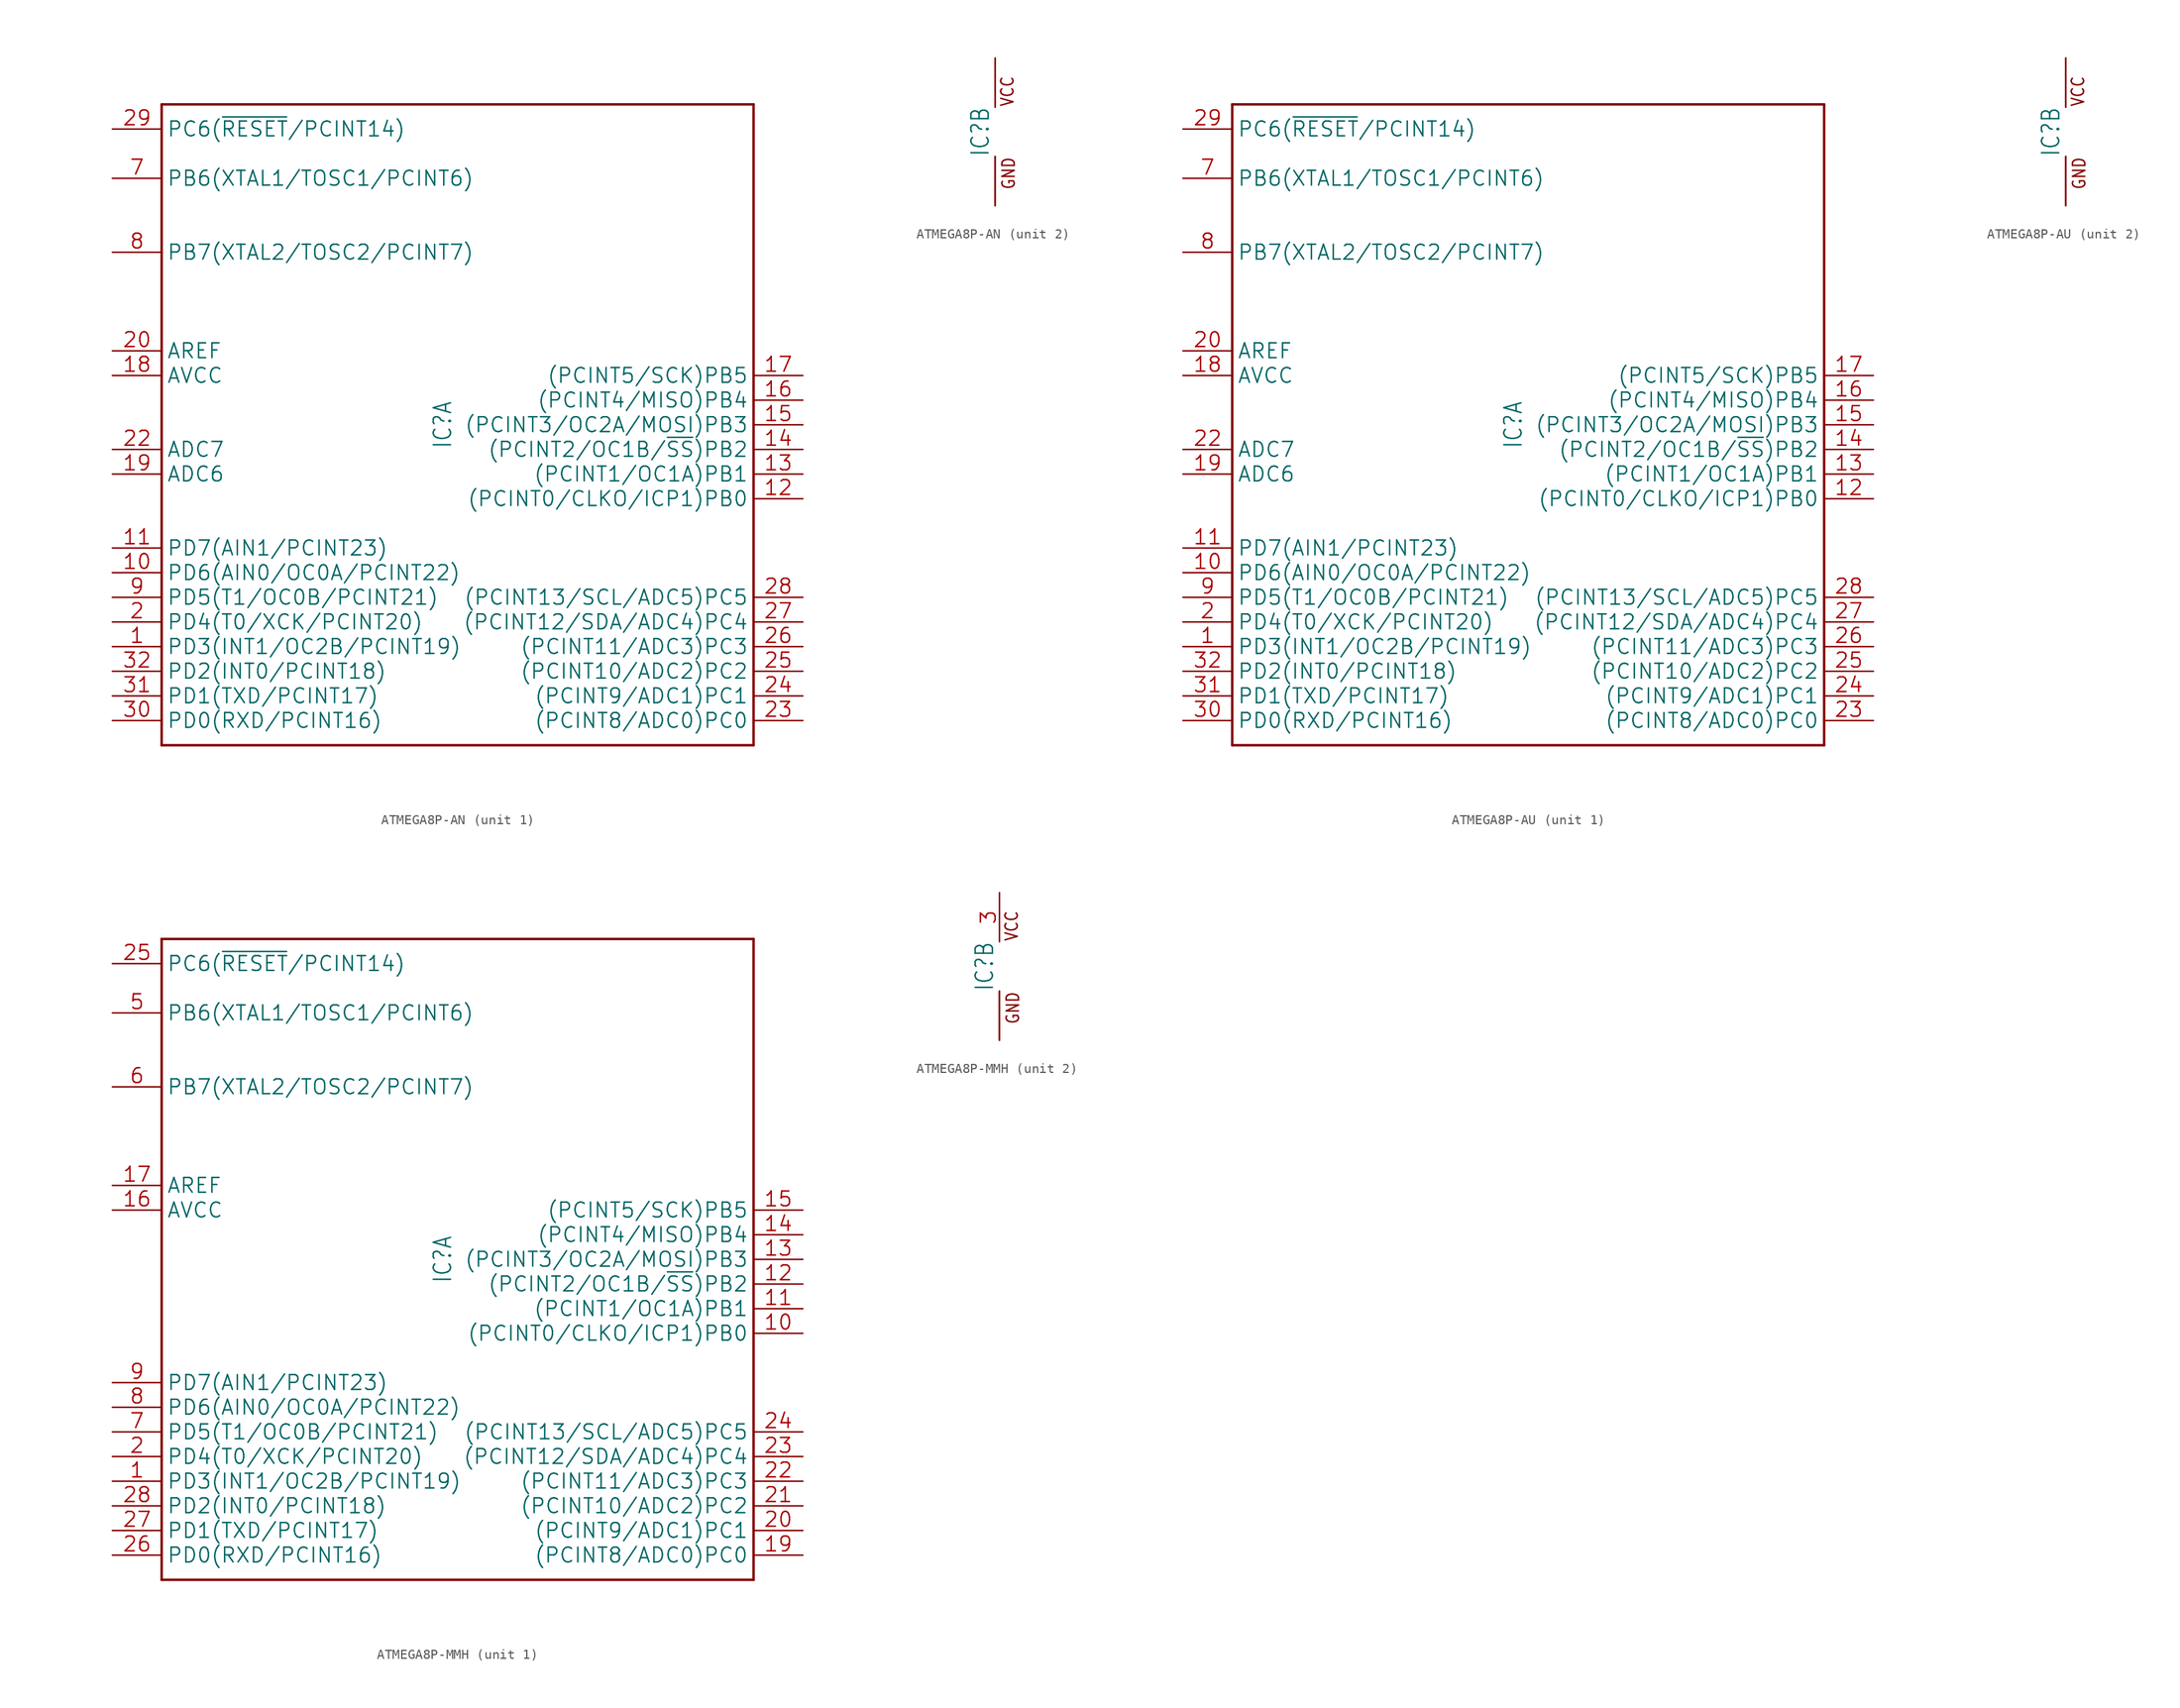
<source format=kicad_sym>
(kicad_symbol_lib
  (version 20241209)
  (generator "kicad_symbol_editor")
  (generator_version "9.0")
  (symbol "ATMEGA8P-AN"
    (property "Reference" "IC"
      (at -0.508 0 90)
      (effects (font (size 1.778 1.511)) (justify bottom)))
    (property "ki_locked" ""
      (at 0 0 0)
      (effects (font (size 1.27 1.27))))
    (symbol "ATMEGA8P-AN_1_0"
      (polyline (pts (xy -30.48 33.02) (xy 30.48 33.02)) (stroke (width 0.254) (type solid)) (fill (type none)))
      (polyline (pts (xy -30.48 -33.02) (xy -30.48 33.02)) (stroke (width 0.254) (type solid)) (fill (type none)))
      (polyline (pts (xy 30.48 33.02) (xy 30.48 -33.02)) (stroke (width 0.254) (type solid)) (fill (type none)))
      (polyline (pts (xy 30.48 -33.02) (xy -30.48 -33.02)) (stroke (width 0.254) (type solid)) (fill (type none)))
      (pin bidirectional line (at -35.56 30.48 0) (length 5.08) (name "PC6(~{RESET}/PCINT14)" (effects (font (size 1.524 1.524)))) (number "29" (effects (font (size 1.524 1.524)))))
      (pin bidirectional line (at -35.56 25.4 0) (length 5.08) (name "PB6(XTAL1/TOSC1/PCINT6)" (effects (font (size 1.524 1.524)))) (number "7" (effects (font (size 1.524 1.524)))))
      (pin bidirectional line (at -35.56 17.78 0) (length 5.08) (name "PB7(XTAL2/TOSC2/PCINT7)" (effects (font (size 1.524 1.524)))) (number "8" (effects (font (size 1.524 1.524)))))
      (pin passive line (at -35.56 7.62 0) (length 5.08) (name "AREF" (effects (font (size 1.524 1.524)))) (number "20" (effects (font (size 1.524 1.524)))))
      (pin power_in line (at -35.56 5.08 0) (length 5.08) (name "AVCC" (effects (font (size 1.524 1.524)))) (number "18" (effects (font (size 1.524 1.524)))))
      (pin bidirectional line (at -35.56 -2.54 0) (length 5.08) (name "ADC7" (effects (font (size 1.524 1.524)))) (number "22" (effects (font (size 1.524 1.524)))))
      (pin bidirectional line (at -35.56 -5.08 0) (length 5.08) (name "ADC6" (effects (font (size 1.524 1.524)))) (number "19" (effects (font (size 1.524 1.524)))))
      (pin bidirectional line (at -35.56 -12.7 0) (length 5.08) (name "PD7(AIN1/PCINT23)" (effects (font (size 1.524 1.524)))) (number "11" (effects (font (size 1.524 1.524)))))
      (pin bidirectional line (at -35.56 -15.24 0) (length 5.08) (name "PD6(AIN0/OC0A/PCINT22)" (effects (font (size 1.524 1.524)))) (number "10" (effects (font (size 1.524 1.524)))))
      (pin bidirectional line (at -35.56 -17.78 0) (length 5.08) (name "PD5(T1/OC0B/PCINT21)" (effects (font (size 1.524 1.524)))) (number "9" (effects (font (size 1.524 1.524)))))
      (pin bidirectional line (at -35.56 -20.32 0) (length 5.08) (name "PD4(T0/XCK/PCINT20)" (effects (font (size 1.524 1.524)))) (number "2" (effects (font (size 1.524 1.524)))))
      (pin bidirectional line (at -35.56 -22.86 0) (length 5.08) (name "PD3(INT1/OC2B/PCINT19)" (effects (font (size 1.524 1.524)))) (number "1" (effects (font (size 1.524 1.524)))))
      (pin bidirectional line (at -35.56 -25.4 0) (length 5.08) (name "PD2(INT0/PCINT18)" (effects (font (size 1.524 1.524)))) (number "32" (effects (font (size 1.524 1.524)))))
      (pin bidirectional line (at -35.56 -27.94 0) (length 5.08) (name "PD1(TXD/PCINT17)" (effects (font (size 1.524 1.524)))) (number "31" (effects (font (size 1.524 1.524)))))
      (pin bidirectional line (at -35.56 -30.48 0) (length 5.08) (name "PD0(RXD/PCINT16)" (effects (font (size 1.524 1.524)))) (number "30" (effects (font (size 1.524 1.524)))))
      (pin bidirectional line (at 35.56 5.08 180) (length 5.08) (name "(PCINT5/SCK)PB5" (effects (font (size 1.524 1.524)))) (number "17" (effects (font (size 1.524 1.524)))))
      (pin bidirectional line (at 35.56 2.54 180) (length 5.08) (name "(PCINT4/MISO)PB4" (effects (font (size 1.524 1.524)))) (number "16" (effects (font (size 1.524 1.524)))))
      (pin bidirectional line (at 35.56 0 180) (length 5.08) (name "(PCINT3/OC2A/MOSI)PB3" (effects (font (size 1.524 1.524)))) (number "15" (effects (font (size 1.524 1.524)))))
      (pin bidirectional line (at 35.56 -2.54 180) (length 5.08) (name "(PCINT2/OC1B/~{SS})PB2" (effects (font (size 1.524 1.524)))) (number "14" (effects (font (size 1.524 1.524)))))
      (pin bidirectional line (at 35.56 -5.08 180) (length 5.08) (name "(PCINT1/OC1A)PB1" (effects (font (size 1.524 1.524)))) (number "13" (effects (font (size 1.524 1.524)))))
      (pin bidirectional line (at 35.56 -7.62 180) (length 5.08) (name "(PCINT0/CLKO/ICP1)PB0" (effects (font (size 1.524 1.524)))) (number "12" (effects (font (size 1.524 1.524)))))
      (pin bidirectional line (at 35.56 -17.78 180) (length 5.08) (name "(PCINT13/SCL/ADC5)PC5" (effects (font (size 1.524 1.524)))) (number "28" (effects (font (size 1.524 1.524)))))
      (pin bidirectional line (at 35.56 -20.32 180) (length 5.08) (name "(PCINT12/SDA/ADC4)PC4" (effects (font (size 1.524 1.524)))) (number "27" (effects (font (size 1.524 1.524)))))
      (pin bidirectional line (at 35.56 -22.86 180) (length 5.08) (name "(PCINT11/ADC3)PC3" (effects (font (size 1.524 1.524)))) (number "26" (effects (font (size 1.524 1.524)))))
      (pin bidirectional line (at 35.56 -25.4 180) (length 5.08) (name "(PCINT10/ADC2)PC2" (effects (font (size 1.524 1.524)))) (number "25" (effects (font (size 1.524 1.524)))))
      (pin bidirectional line (at 35.56 -27.94 180) (length 5.08) (name "(PCINT9/ADC1)PC1" (effects (font (size 1.524 1.524)))) (number "24" (effects (font (size 1.524 1.524)))))
      (pin bidirectional line (at 35.56 -30.48 180) (length 5.08) (name "(PCINT8/ADC0)PC0" (effects (font (size 1.524 1.524)))) (number "23" (effects (font (size 1.524 1.524))))))
    (symbol "ATMEGA8P-AN_2_0"
      (text "VCC" (at 0.508 2.54 900) (effects (font (size 1.27 1.079)) (justify left top)))
      (text "GND" (at 0.635 -2.54 900) (effects (font (size 1.27 1.079)) (justify right top)))
      (pin power_in line (at 0 7.62 270) (length 5.08) (name "VCC" (effects (font (size 0 0)))) (number "4" (effects (font (size 0 0)))))
      (pin power_in line (at 0 7.62 270) (length 5.08) (name "VCC" (effects (font (size 0 0)))) (number "6" (effects (font (size 0 0)))))
      (pin power_in line (at 0 -7.62 90) (length 5.08) (name "GND" (effects (font (size 0 0)))) (number "21" (effects (font (size 0 0)))))
      (pin power_in line (at 0 -7.62 90) (length 5.08) (name "GND" (effects (font (size 0 0)))) (number "3" (effects (font (size 0 0)))))
      (pin power_in line (at 0 -7.62 90) (length 5.08) (name "GND" (effects (font (size 0 0)))) (number "5" (effects (font (size 0 0)))))))
  (symbol "ATMEGA8P-AU"
    (property "Reference" "IC"
      (at -0.508 0 90)
      (effects (font (size 1.778 1.511)) (justify bottom)))
    (property "ki_locked" ""
      (at 0 0 0)
      (effects (font (size 1.27 1.27))))
    (symbol "ATMEGA8P-AU_1_0"
      (polyline (pts (xy -30.48 33.02) (xy 30.48 33.02)) (stroke (width 0.254) (type solid)) (fill (type none)))
      (polyline (pts (xy -30.48 -33.02) (xy -30.48 33.02)) (stroke (width 0.254) (type solid)) (fill (type none)))
      (polyline (pts (xy 30.48 33.02) (xy 30.48 -33.02)) (stroke (width 0.254) (type solid)) (fill (type none)))
      (polyline (pts (xy 30.48 -33.02) (xy -30.48 -33.02)) (stroke (width 0.254) (type solid)) (fill (type none)))
      (pin bidirectional line (at -35.56 30.48 0) (length 5.08) (name "PC6(~{RESET}/PCINT14)" (effects (font (size 1.524 1.524)))) (number "29" (effects (font (size 1.524 1.524)))))
      (pin bidirectional line (at -35.56 25.4 0) (length 5.08) (name "PB6(XTAL1/TOSC1/PCINT6)" (effects (font (size 1.524 1.524)))) (number "7" (effects (font (size 1.524 1.524)))))
      (pin bidirectional line (at -35.56 17.78 0) (length 5.08) (name "PB7(XTAL2/TOSC2/PCINT7)" (effects (font (size 1.524 1.524)))) (number "8" (effects (font (size 1.524 1.524)))))
      (pin passive line (at -35.56 7.62 0) (length 5.08) (name "AREF" (effects (font (size 1.524 1.524)))) (number "20" (effects (font (size 1.524 1.524)))))
      (pin power_in line (at -35.56 5.08 0) (length 5.08) (name "AVCC" (effects (font (size 1.524 1.524)))) (number "18" (effects (font (size 1.524 1.524)))))
      (pin bidirectional line (at -35.56 -2.54 0) (length 5.08) (name "ADC7" (effects (font (size 1.524 1.524)))) (number "22" (effects (font (size 1.524 1.524)))))
      (pin bidirectional line (at -35.56 -5.08 0) (length 5.08) (name "ADC6" (effects (font (size 1.524 1.524)))) (number "19" (effects (font (size 1.524 1.524)))))
      (pin bidirectional line (at -35.56 -12.7 0) (length 5.08) (name "PD7(AIN1/PCINT23)" (effects (font (size 1.524 1.524)))) (number "11" (effects (font (size 1.524 1.524)))))
      (pin bidirectional line (at -35.56 -15.24 0) (length 5.08) (name "PD6(AIN0/OC0A/PCINT22)" (effects (font (size 1.524 1.524)))) (number "10" (effects (font (size 1.524 1.524)))))
      (pin bidirectional line (at -35.56 -17.78 0) (length 5.08) (name "PD5(T1/OC0B/PCINT21)" (effects (font (size 1.524 1.524)))) (number "9" (effects (font (size 1.524 1.524)))))
      (pin bidirectional line (at -35.56 -20.32 0) (length 5.08) (name "PD4(T0/XCK/PCINT20)" (effects (font (size 1.524 1.524)))) (number "2" (effects (font (size 1.524 1.524)))))
      (pin bidirectional line (at -35.56 -22.86 0) (length 5.08) (name "PD3(INT1/OC2B/PCINT19)" (effects (font (size 1.524 1.524)))) (number "1" (effects (font (size 1.524 1.524)))))
      (pin bidirectional line (at -35.56 -25.4 0) (length 5.08) (name "PD2(INT0/PCINT18)" (effects (font (size 1.524 1.524)))) (number "32" (effects (font (size 1.524 1.524)))))
      (pin bidirectional line (at -35.56 -27.94 0) (length 5.08) (name "PD1(TXD/PCINT17)" (effects (font (size 1.524 1.524)))) (number "31" (effects (font (size 1.524 1.524)))))
      (pin bidirectional line (at -35.56 -30.48 0) (length 5.08) (name "PD0(RXD/PCINT16)" (effects (font (size 1.524 1.524)))) (number "30" (effects (font (size 1.524 1.524)))))
      (pin bidirectional line (at 35.56 5.08 180) (length 5.08) (name "(PCINT5/SCK)PB5" (effects (font (size 1.524 1.524)))) (number "17" (effects (font (size 1.524 1.524)))))
      (pin bidirectional line (at 35.56 2.54 180) (length 5.08) (name "(PCINT4/MISO)PB4" (effects (font (size 1.524 1.524)))) (number "16" (effects (font (size 1.524 1.524)))))
      (pin bidirectional line (at 35.56 0 180) (length 5.08) (name "(PCINT3/OC2A/MOSI)PB3" (effects (font (size 1.524 1.524)))) (number "15" (effects (font (size 1.524 1.524)))))
      (pin bidirectional line (at 35.56 -2.54 180) (length 5.08) (name "(PCINT2/OC1B/~{SS})PB2" (effects (font (size 1.524 1.524)))) (number "14" (effects (font (size 1.524 1.524)))))
      (pin bidirectional line (at 35.56 -5.08 180) (length 5.08) (name "(PCINT1/OC1A)PB1" (effects (font (size 1.524 1.524)))) (number "13" (effects (font (size 1.524 1.524)))))
      (pin bidirectional line (at 35.56 -7.62 180) (length 5.08) (name "(PCINT0/CLKO/ICP1)PB0" (effects (font (size 1.524 1.524)))) (number "12" (effects (font (size 1.524 1.524)))))
      (pin bidirectional line (at 35.56 -17.78 180) (length 5.08) (name "(PCINT13/SCL/ADC5)PC5" (effects (font (size 1.524 1.524)))) (number "28" (effects (font (size 1.524 1.524)))))
      (pin bidirectional line (at 35.56 -20.32 180) (length 5.08) (name "(PCINT12/SDA/ADC4)PC4" (effects (font (size 1.524 1.524)))) (number "27" (effects (font (size 1.524 1.524)))))
      (pin bidirectional line (at 35.56 -22.86 180) (length 5.08) (name "(PCINT11/ADC3)PC3" (effects (font (size 1.524 1.524)))) (number "26" (effects (font (size 1.524 1.524)))))
      (pin bidirectional line (at 35.56 -25.4 180) (length 5.08) (name "(PCINT10/ADC2)PC2" (effects (font (size 1.524 1.524)))) (number "25" (effects (font (size 1.524 1.524)))))
      (pin bidirectional line (at 35.56 -27.94 180) (length 5.08) (name "(PCINT9/ADC1)PC1" (effects (font (size 1.524 1.524)))) (number "24" (effects (font (size 1.524 1.524)))))
      (pin bidirectional line (at 35.56 -30.48 180) (length 5.08) (name "(PCINT8/ADC0)PC0" (effects (font (size 1.524 1.524)))) (number "23" (effects (font (size 1.524 1.524))))))
    (symbol "ATMEGA8P-AU_2_0"
      (text "VCC" (at 0.508 2.54 900) (effects (font (size 1.27 1.079)) (justify left top)))
      (text "GND" (at 0.635 -2.54 900) (effects (font (size 1.27 1.079)) (justify right top)))
      (pin power_in line (at 0 7.62 270) (length 5.08) (name "VCC" (effects (font (size 0 0)))) (number "4" (effects (font (size 0 0)))))
      (pin power_in line (at 0 7.62 270) (length 5.08) (name "VCC" (effects (font (size 0 0)))) (number "6" (effects (font (size 0 0)))))
      (pin power_in line (at 0 -7.62 90) (length 5.08) (name "GND" (effects (font (size 0 0)))) (number "21" (effects (font (size 0 0)))))
      (pin power_in line (at 0 -7.62 90) (length 5.08) (name "GND" (effects (font (size 0 0)))) (number "3" (effects (font (size 0 0)))))
      (pin power_in line (at 0 -7.62 90) (length 5.08) (name "GND" (effects (font (size 0 0)))) (number "5" (effects (font (size 0 0)))))))
  (symbol "ATMEGA8P-MMH"
    (property "Reference" "IC"
      (at -0.508 0 90)
      (effects (font (size 1.778 1.511)) (justify bottom)))
    (property "ki_locked" ""
      (at 0 0 0)
      (effects (font (size 1.27 1.27))))
    (symbol "ATMEGA8P-MMH_1_0"
      (polyline (pts (xy -30.48 33.02) (xy 30.48 33.02)) (stroke (width 0.254) (type solid)) (fill (type none)))
      (polyline (pts (xy -30.48 -33.02) (xy -30.48 33.02)) (stroke (width 0.254) (type solid)) (fill (type none)))
      (polyline (pts (xy 30.48 33.02) (xy 30.48 -33.02)) (stroke (width 0.254) (type solid)) (fill (type none)))
      (polyline (pts (xy 30.48 -33.02) (xy -30.48 -33.02)) (stroke (width 0.254) (type solid)) (fill (type none)))
      (pin bidirectional line (at -35.56 30.48 0) (length 5.08) (name "PC6(~{RESET}/PCINT14)" (effects (font (size 1.524 1.524)))) (number "25" (effects (font (size 1.524 1.524)))))
      (pin bidirectional line (at -35.56 25.4 0) (length 5.08) (name "PB6(XTAL1/TOSC1/PCINT6)" (effects (font (size 1.524 1.524)))) (number "5" (effects (font (size 1.524 1.524)))))
      (pin bidirectional line (at -35.56 17.78 0) (length 5.08) (name "PB7(XTAL2/TOSC2/PCINT7)" (effects (font (size 1.524 1.524)))) (number "6" (effects (font (size 1.524 1.524)))))
      (pin passive line (at -35.56 7.62 0) (length 5.08) (name "AREF" (effects (font (size 1.524 1.524)))) (number "17" (effects (font (size 1.524 1.524)))))
      (pin power_in line (at -35.56 5.08 0) (length 5.08) (name "AVCC" (effects (font (size 1.524 1.524)))) (number "16" (effects (font (size 1.524 1.524)))))
      (pin bidirectional line (at -35.56 -12.7 0) (length 5.08) (name "PD7(AIN1/PCINT23)" (effects (font (size 1.524 1.524)))) (number "9" (effects (font (size 1.524 1.524)))))
      (pin bidirectional line (at -35.56 -15.24 0) (length 5.08) (name "PD6(AIN0/OC0A/PCINT22)" (effects (font (size 1.524 1.524)))) (number "8" (effects (font (size 1.524 1.524)))))
      (pin bidirectional line (at -35.56 -17.78 0) (length 5.08) (name "PD5(T1/OC0B/PCINT21)" (effects (font (size 1.524 1.524)))) (number "7" (effects (font (size 1.524 1.524)))))
      (pin bidirectional line (at -35.56 -20.32 0) (length 5.08) (name "PD4(T0/XCK/PCINT20)" (effects (font (size 1.524 1.524)))) (number "2" (effects (font (size 1.524 1.524)))))
      (pin bidirectional line (at -35.56 -22.86 0) (length 5.08) (name "PD3(INT1/OC2B/PCINT19)" (effects (font (size 1.524 1.524)))) (number "1" (effects (font (size 1.524 1.524)))))
      (pin bidirectional line (at -35.56 -25.4 0) (length 5.08) (name "PD2(INT0/PCINT18)" (effects (font (size 1.524 1.524)))) (number "28" (effects (font (size 1.524 1.524)))))
      (pin bidirectional line (at -35.56 -27.94 0) (length 5.08) (name "PD1(TXD/PCINT17)" (effects (font (size 1.524 1.524)))) (number "27" (effects (font (size 1.524 1.524)))))
      (pin bidirectional line (at -35.56 -30.48 0) (length 5.08) (name "PD0(RXD/PCINT16)" (effects (font (size 1.524 1.524)))) (number "26" (effects (font (size 1.524 1.524)))))
      (pin bidirectional line (at 35.56 5.08 180) (length 5.08) (name "(PCINT5/SCK)PB5" (effects (font (size 1.524 1.524)))) (number "15" (effects (font (size 1.524 1.524)))))
      (pin bidirectional line (at 35.56 2.54 180) (length 5.08) (name "(PCINT4/MISO)PB4" (effects (font (size 1.524 1.524)))) (number "14" (effects (font (size 1.524 1.524)))))
      (pin bidirectional line (at 35.56 0 180) (length 5.08) (name "(PCINT3/OC2A/MOSI)PB3" (effects (font (size 1.524 1.524)))) (number "13" (effects (font (size 1.524 1.524)))))
      (pin bidirectional line (at 35.56 -2.54 180) (length 5.08) (name "(PCINT2/OC1B/~{SS})PB2" (effects (font (size 1.524 1.524)))) (number "12" (effects (font (size 1.524 1.524)))))
      (pin bidirectional line (at 35.56 -5.08 180) (length 5.08) (name "(PCINT1/OC1A)PB1" (effects (font (size 1.524 1.524)))) (number "11" (effects (font (size 1.524 1.524)))))
      (pin bidirectional line (at 35.56 -7.62 180) (length 5.08) (name "(PCINT0/CLKO/ICP1)PB0" (effects (font (size 1.524 1.524)))) (number "10" (effects (font (size 1.524 1.524)))))
      (pin bidirectional line (at 35.56 -17.78 180) (length 5.08) (name "(PCINT13/SCL/ADC5)PC5" (effects (font (size 1.524 1.524)))) (number "24" (effects (font (size 1.524 1.524)))))
      (pin bidirectional line (at 35.56 -20.32 180) (length 5.08) (name "(PCINT12/SDA/ADC4)PC4" (effects (font (size 1.524 1.524)))) (number "23" (effects (font (size 1.524 1.524)))))
      (pin bidirectional line (at 35.56 -22.86 180) (length 5.08) (name "(PCINT11/ADC3)PC3" (effects (font (size 1.524 1.524)))) (number "22" (effects (font (size 1.524 1.524)))))
      (pin bidirectional line (at 35.56 -25.4 180) (length 5.08) (name "(PCINT10/ADC2)PC2" (effects (font (size 1.524 1.524)))) (number "21" (effects (font (size 1.524 1.524)))))
      (pin bidirectional line (at 35.56 -27.94 180) (length 5.08) (name "(PCINT9/ADC1)PC1" (effects (font (size 1.524 1.524)))) (number "20" (effects (font (size 1.524 1.524)))))
      (pin bidirectional line (at 35.56 -30.48 180) (length 5.08) (name "(PCINT8/ADC0)PC0" (effects (font (size 1.524 1.524)))) (number "19" (effects (font (size 1.524 1.524))))))
    (symbol "ATMEGA8P-MMH_2_0"
      (text "VCC" (at 0.508 2.54 900) (effects (font (size 1.27 1.079)) (justify left top)))
      (text "GND" (at 0.635 -2.54 900) (effects (font (size 1.27 1.079)) (justify right top)))
      (pin power_in line (at 0 7.62 270) (length 5.08) (name "VCC" (effects (font (size 0 0)))) (number "3" (effects (font (size 1.524 1.524)))))
      (pin power_in line (at 0 -7.62 90) (length 5.08) (name "GND" (effects (font (size 0 0)))) (number "18" (effects (font (size 0 0)))))
      (pin power_in line (at 0 -7.62 90) (length 5.08) (name "GND" (effects (font (size 0 0)))) (number "4" (effects (font (size 0 0)))))
      (pin power_in line (at 0 -7.62 90) (length 5.08) (name "GND" (effects (font (size 0 0)))) (number "EXP" (effects (font (size 0 0))))))))
</source>
